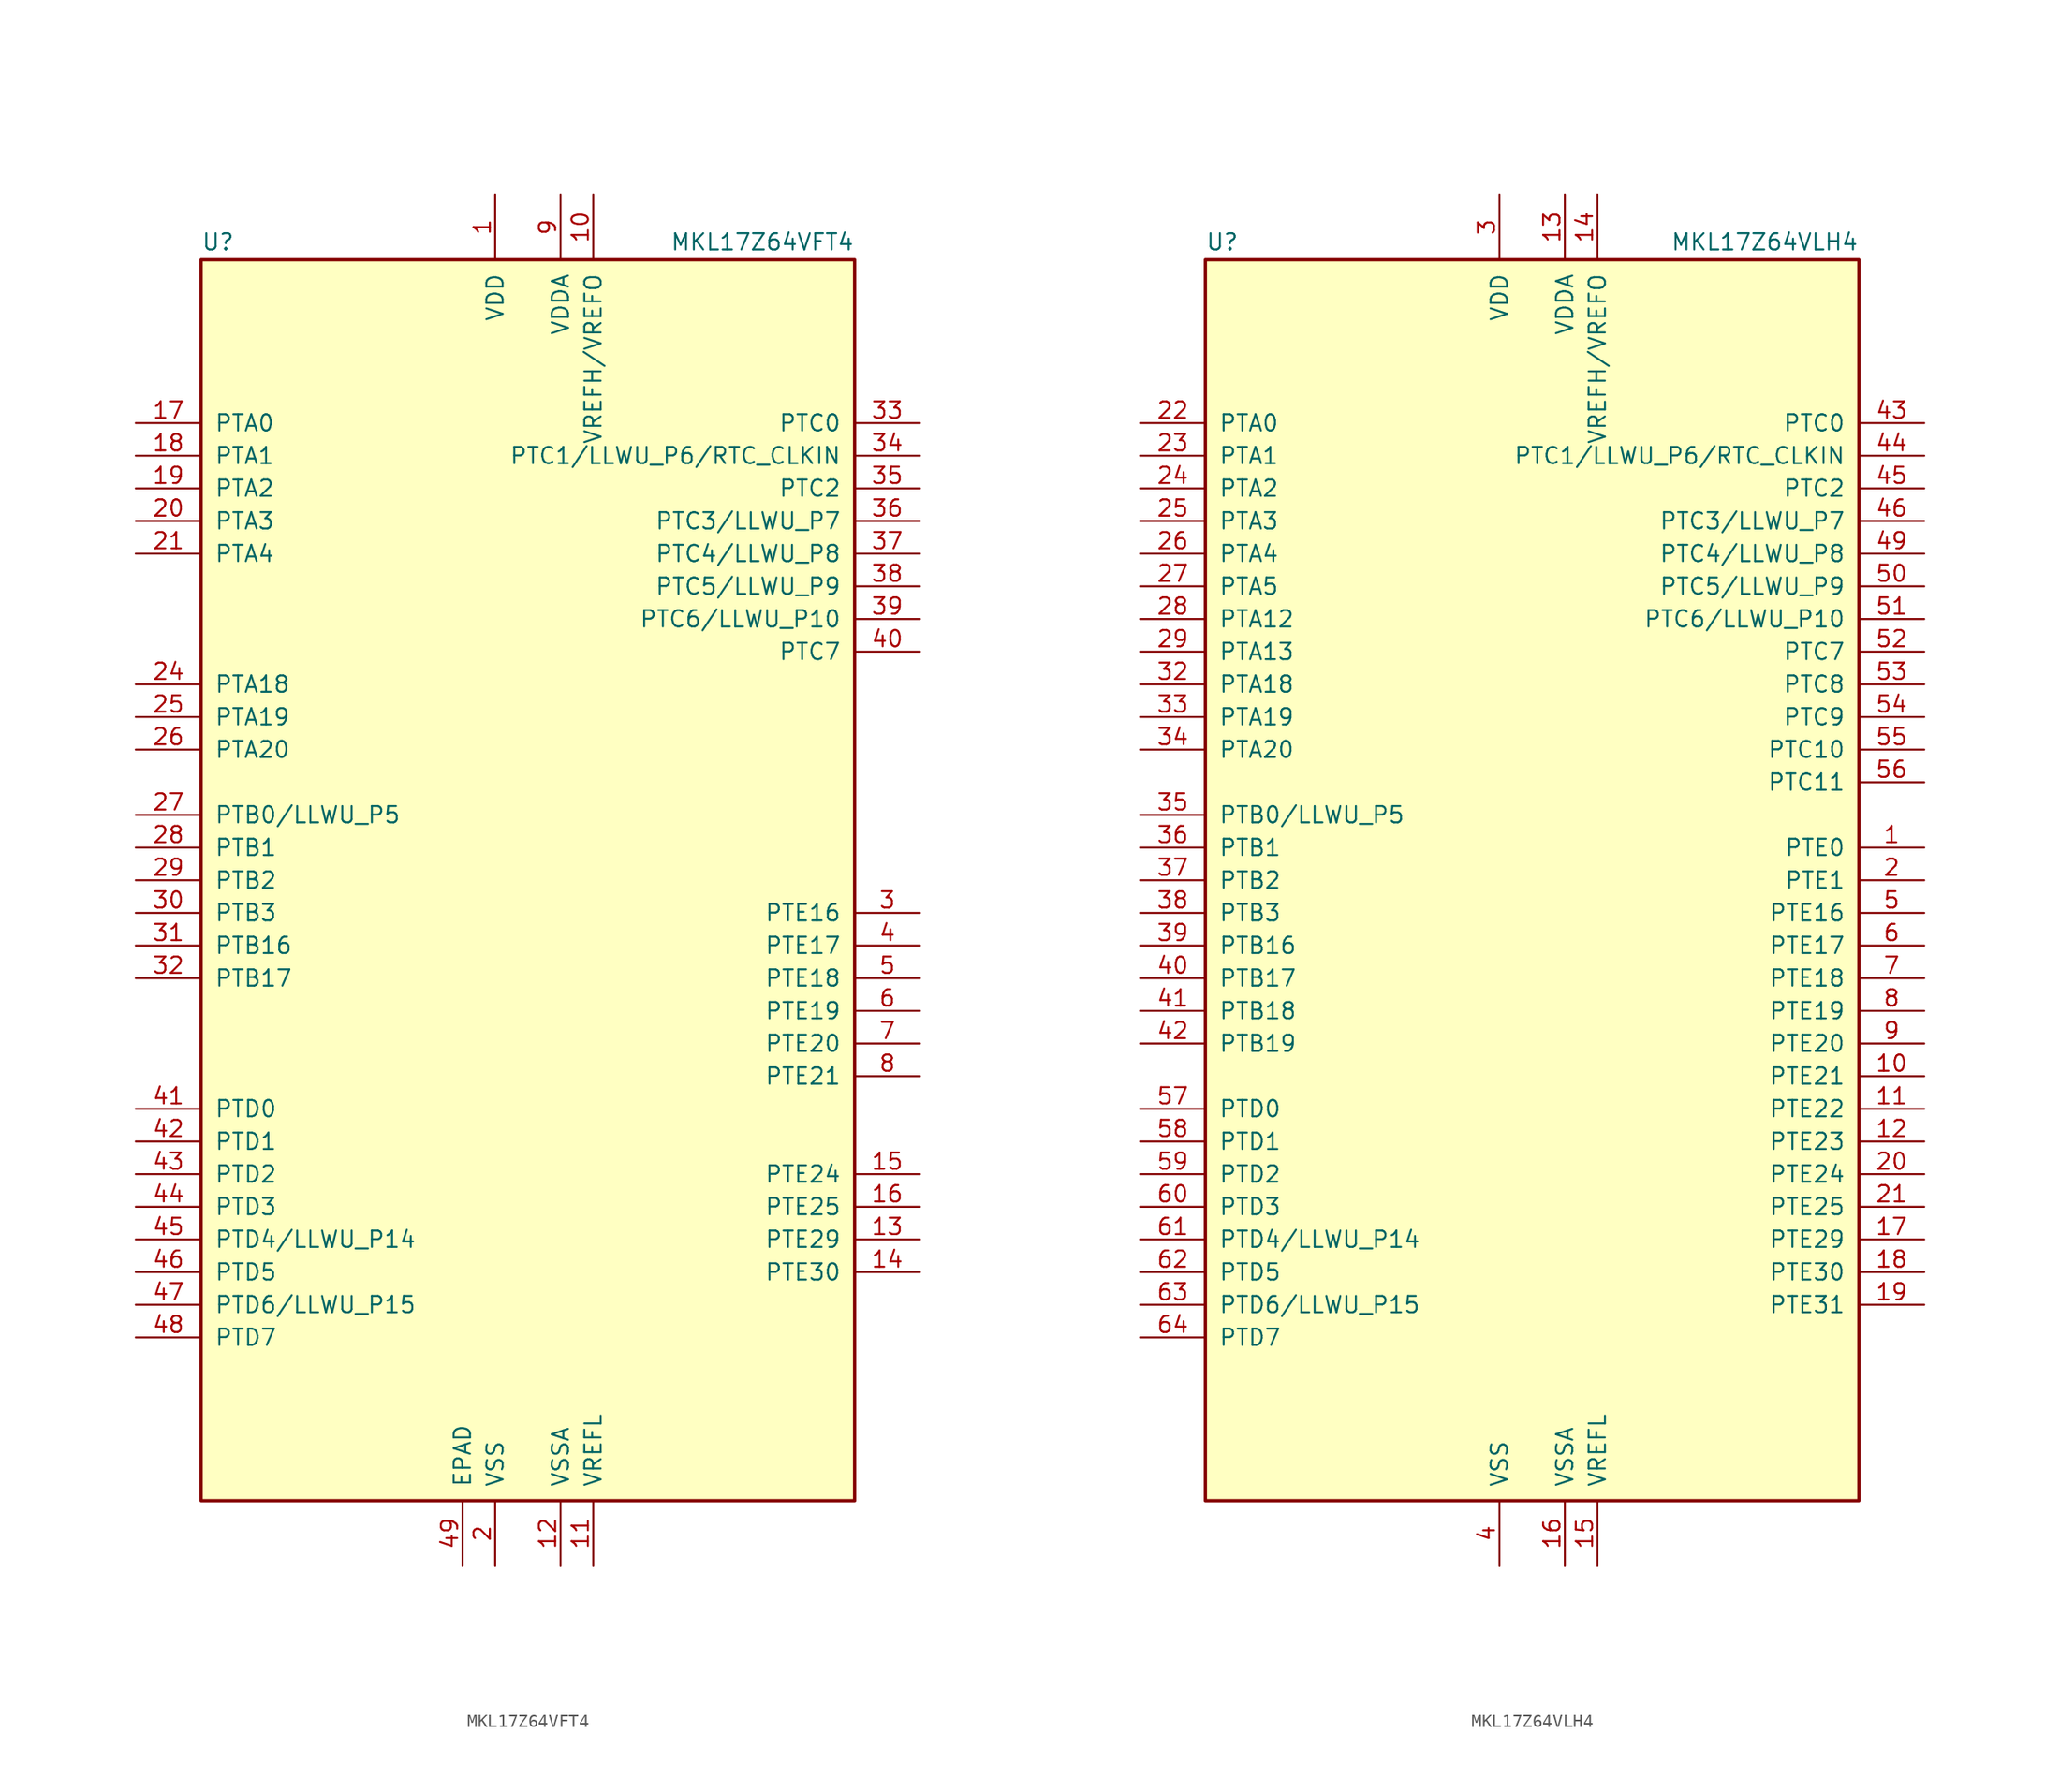
<source format=kicad_sym>
(kicad_symbol_lib
  (version 20241209)
  (generator "kicad_symbol_editor")
  (generator_version "9.0")
  (symbol "MKL17Z64VFT4"
    (pin_names
      (offset 1.016))
    (property "Reference" "U"
      (at -25.4 48.895 0)
      (effects (font (size 1.27 1.27)) (justify left bottom)))
    (property "Value" "MKL17Z64VFT4"
      (at 25.4 48.895 0)
      (effects (font (size 1.27 1.27)) (justify right bottom)))
    (symbol "MKL17Z64VFT4_0_1"
      (rectangle (start -25.4 48.26) (end 25.4 -48.26) (stroke (width 0.254) (type default)) (fill (type background))))
    (symbol "MKL17Z64VFT4_1_1"
      (pin bidirectional line (at -30.48 35.56 0) (length 5.08) (name "PTA0" (effects (font (size 1.27 1.27)))) (number "17" (effects (font (size 1.27 1.27)))))
      (pin bidirectional line (at -30.48 33.02 0) (length 5.08) (name "PTA1" (effects (font (size 1.27 1.27)))) (number "18" (effects (font (size 1.27 1.27)))))
      (pin bidirectional line (at -30.48 30.48 0) (length 5.08) (name "PTA2" (effects (font (size 1.27 1.27)))) (number "19" (effects (font (size 1.27 1.27)))))
      (pin bidirectional line (at -30.48 27.94 0) (length 5.08) (name "PTA3" (effects (font (size 1.27 1.27)))) (number "20" (effects (font (size 1.27 1.27)))))
      (pin bidirectional line (at -30.48 25.4 0) (length 5.08) (name "PTA4" (effects (font (size 1.27 1.27)))) (number "21" (effects (font (size 1.27 1.27)))))
      (pin bidirectional line (at -30.48 15.24 0) (length 5.08) (name "PTA18" (effects (font (size 1.27 1.27)))) (number "24" (effects (font (size 1.27 1.27)))))
      (pin bidirectional line (at -30.48 12.7 0) (length 5.08) (name "PTA19" (effects (font (size 1.27 1.27)))) (number "25" (effects (font (size 1.27 1.27)))))
      (pin bidirectional line (at -30.48 10.16 0) (length 5.08) (name "PTA20" (effects (font (size 1.27 1.27)))) (number "26" (effects (font (size 1.27 1.27)))))
      (pin bidirectional line (at -30.48 5.08 0) (length 5.08) (name "PTB0/LLWU_P5" (effects (font (size 1.27 1.27)))) (number "27" (effects (font (size 1.27 1.27)))))
      (pin bidirectional line (at -30.48 2.54 0) (length 5.08) (name "PTB1" (effects (font (size 1.27 1.27)))) (number "28" (effects (font (size 1.27 1.27)))))
      (pin bidirectional line (at -30.48 0 0) (length 5.08) (name "PTB2" (effects (font (size 1.27 1.27)))) (number "29" (effects (font (size 1.27 1.27)))))
      (pin bidirectional line (at -30.48 -2.54 0) (length 5.08) (name "PTB3" (effects (font (size 1.27 1.27)))) (number "30" (effects (font (size 1.27 1.27)))))
      (pin bidirectional line (at -30.48 -5.08 0) (length 5.08) (name "PTB16" (effects (font (size 1.27 1.27)))) (number "31" (effects (font (size 1.27 1.27)))))
      (pin bidirectional line (at -30.48 -7.62 0) (length 5.08) (name "PTB17" (effects (font (size 1.27 1.27)))) (number "32" (effects (font (size 1.27 1.27)))))
      (pin bidirectional line (at -30.48 -17.78 0) (length 5.08) (name "PTD0" (effects (font (size 1.27 1.27)))) (number "41" (effects (font (size 1.27 1.27)))))
      (pin bidirectional line (at -30.48 -20.32 0) (length 5.08) (name "PTD1" (effects (font (size 1.27 1.27)))) (number "42" (effects (font (size 1.27 1.27)))))
      (pin bidirectional line (at -30.48 -22.86 0) (length 5.08) (name "PTD2" (effects (font (size 1.27 1.27)))) (number "43" (effects (font (size 1.27 1.27)))))
      (pin bidirectional line (at -30.48 -25.4 0) (length 5.08) (name "PTD3" (effects (font (size 1.27 1.27)))) (number "44" (effects (font (size 1.27 1.27)))))
      (pin bidirectional line (at -30.48 -27.94 0) (length 5.08) (name "PTD4/LLWU_P14" (effects (font (size 1.27 1.27)))) (number "45" (effects (font (size 1.27 1.27)))))
      (pin bidirectional line (at -30.48 -30.48 0) (length 5.08) (name "PTD5" (effects (font (size 1.27 1.27)))) (number "46" (effects (font (size 1.27 1.27)))))
      (pin bidirectional line (at -30.48 -33.02 0) (length 5.08) (name "PTD6/LLWU_P15" (effects (font (size 1.27 1.27)))) (number "47" (effects (font (size 1.27 1.27)))))
      (pin bidirectional line (at -30.48 -35.56 0) (length 5.08) (name "PTD7" (effects (font (size 1.27 1.27)))) (number "48" (effects (font (size 1.27 1.27)))))
      (pin power_in line (at -5.08 -53.34 90) (length 5.08) (name "EPAD" (effects (font (size 1.27 1.27)))) (number "49" (effects (font (size 1.27 1.27)))))
      (pin power_in line (at -2.54 53.34 270) (length 5.08) (name "VDD" (effects (font (size 1.27 1.27)))) (number "1" (effects (font (size 1.27 1.27)))))
      (pin passive line (at -2.54 53.34 270) (length 5.08) (hide yes) (name "VDD" (effects (font (size 1.27 1.27)))) (number "22" (effects (font (size 1.27 1.27)))))
      (pin power_in line (at -2.54 -53.34 90) (length 5.08) (name "VSS" (effects (font (size 1.27 1.27)))) (number "2" (effects (font (size 1.27 1.27)))))
      (pin passive line (at -2.54 -53.34 90) (length 5.08) (hide yes) (name "VSS" (effects (font (size 1.27 1.27)))) (number "23" (effects (font (size 1.27 1.27)))))
      (pin power_in line (at 2.54 53.34 270) (length 5.08) (name "VDDA" (effects (font (size 1.27 1.27)))) (number "9" (effects (font (size 1.27 1.27)))))
      (pin power_in line (at 2.54 -53.34 90) (length 5.08) (name "VSSA" (effects (font (size 1.27 1.27)))) (number "12" (effects (font (size 1.27 1.27)))))
      (pin power_in line (at 5.08 53.34 270) (length 5.08) (name "VREFH/VREFO" (effects (font (size 1.27 1.27)))) (number "10" (effects (font (size 1.27 1.27)))))
      (pin power_in line (at 5.08 -53.34 90) (length 5.08) (name "VREFL" (effects (font (size 1.27 1.27)))) (number "11" (effects (font (size 1.27 1.27)))))
      (pin bidirectional line (at 30.48 35.56 180) (length 5.08) (name "PTC0" (effects (font (size 1.27 1.27)))) (number "33" (effects (font (size 1.27 1.27)))))
      (pin bidirectional line (at 30.48 33.02 180) (length 5.08) (name "PTC1/LLWU_P6/RTC_CLKIN" (effects (font (size 1.27 1.27)))) (number "34" (effects (font (size 1.27 1.27)))))
      (pin bidirectional line (at 30.48 30.48 180) (length 5.08) (name "PTC2" (effects (font (size 1.27 1.27)))) (number "35" (effects (font (size 1.27 1.27)))))
      (pin bidirectional line (at 30.48 27.94 180) (length 5.08) (name "PTC3/LLWU_P7" (effects (font (size 1.27 1.27)))) (number "36" (effects (font (size 1.27 1.27)))))
      (pin bidirectional line (at 30.48 25.4 180) (length 5.08) (name "PTC4/LLWU_P8" (effects (font (size 1.27 1.27)))) (number "37" (effects (font (size 1.27 1.27)))))
      (pin bidirectional line (at 30.48 22.86 180) (length 5.08) (name "PTC5/LLWU_P9" (effects (font (size 1.27 1.27)))) (number "38" (effects (font (size 1.27 1.27)))))
      (pin bidirectional line (at 30.48 20.32 180) (length 5.08) (name "PTC6/LLWU_P10" (effects (font (size 1.27 1.27)))) (number "39" (effects (font (size 1.27 1.27)))))
      (pin bidirectional line (at 30.48 17.78 180) (length 5.08) (name "PTC7" (effects (font (size 1.27 1.27)))) (number "40" (effects (font (size 1.27 1.27)))))
      (pin bidirectional line (at 30.48 -2.54 180) (length 5.08) (name "PTE16" (effects (font (size 1.27 1.27)))) (number "3" (effects (font (size 1.27 1.27)))))
      (pin bidirectional line (at 30.48 -5.08 180) (length 5.08) (name "PTE17" (effects (font (size 1.27 1.27)))) (number "4" (effects (font (size 1.27 1.27)))))
      (pin bidirectional line (at 30.48 -7.62 180) (length 5.08) (name "PTE18" (effects (font (size 1.27 1.27)))) (number "5" (effects (font (size 1.27 1.27)))))
      (pin bidirectional line (at 30.48 -10.16 180) (length 5.08) (name "PTE19" (effects (font (size 1.27 1.27)))) (number "6" (effects (font (size 1.27 1.27)))))
      (pin bidirectional line (at 30.48 -12.7 180) (length 5.08) (name "PTE20" (effects (font (size 1.27 1.27)))) (number "7" (effects (font (size 1.27 1.27)))))
      (pin bidirectional line (at 30.48 -15.24 180) (length 5.08) (name "PTE21" (effects (font (size 1.27 1.27)))) (number "8" (effects (font (size 1.27 1.27)))))
      (pin bidirectional line (at 30.48 -22.86 180) (length 5.08) (name "PTE24" (effects (font (size 1.27 1.27)))) (number "15" (effects (font (size 1.27 1.27)))))
      (pin bidirectional line (at 30.48 -25.4 180) (length 5.08) (name "PTE25" (effects (font (size 1.27 1.27)))) (number "16" (effects (font (size 1.27 1.27)))))
      (pin bidirectional line (at 30.48 -27.94 180) (length 5.08) (name "PTE29" (effects (font (size 1.27 1.27)))) (number "13" (effects (font (size 1.27 1.27)))))
      (pin bidirectional line (at 30.48 -30.48 180) (length 5.08) (name "PTE30" (effects (font (size 1.27 1.27)))) (number "14" (effects (font (size 1.27 1.27)))))))
  (symbol "MKL17Z64VLH4"
    (pin_names
      (offset 1.016))
    (property "Reference" "U"
      (at -25.4 48.895 0)
      (effects (font (size 1.27 1.27)) (justify left bottom)))
    (property "Value" "MKL17Z64VLH4"
      (at 25.4 48.895 0)
      (effects (font (size 1.27 1.27)) (justify right bottom)))
    (symbol "MKL17Z64VLH4_0_1"
      (rectangle (start -25.4 48.26) (end 25.4 -48.26) (stroke (width 0.254) (type default)) (fill (type background))))
    (symbol "MKL17Z64VLH4_1_1"
      (pin bidirectional line (at -30.48 35.56 0) (length 5.08) (name "PTA0" (effects (font (size 1.27 1.27)))) (number "22" (effects (font (size 1.27 1.27)))))
      (pin bidirectional line (at -30.48 33.02 0) (length 5.08) (name "PTA1" (effects (font (size 1.27 1.27)))) (number "23" (effects (font (size 1.27 1.27)))))
      (pin bidirectional line (at -30.48 30.48 0) (length 5.08) (name "PTA2" (effects (font (size 1.27 1.27)))) (number "24" (effects (font (size 1.27 1.27)))))
      (pin bidirectional line (at -30.48 27.94 0) (length 5.08) (name "PTA3" (effects (font (size 1.27 1.27)))) (number "25" (effects (font (size 1.27 1.27)))))
      (pin bidirectional line (at -30.48 25.4 0) (length 5.08) (name "PTA4" (effects (font (size 1.27 1.27)))) (number "26" (effects (font (size 1.27 1.27)))))
      (pin bidirectional line (at -30.48 22.86 0) (length 5.08) (name "PTA5" (effects (font (size 1.27 1.27)))) (number "27" (effects (font (size 1.27 1.27)))))
      (pin bidirectional line (at -30.48 20.32 0) (length 5.08) (name "PTA12" (effects (font (size 1.27 1.27)))) (number "28" (effects (font (size 1.27 1.27)))))
      (pin bidirectional line (at -30.48 17.78 0) (length 5.08) (name "PTA13" (effects (font (size 1.27 1.27)))) (number "29" (effects (font (size 1.27 1.27)))))
      (pin bidirectional line (at -30.48 15.24 0) (length 5.08) (name "PTA18" (effects (font (size 1.27 1.27)))) (number "32" (effects (font (size 1.27 1.27)))))
      (pin bidirectional line (at -30.48 12.7 0) (length 5.08) (name "PTA19" (effects (font (size 1.27 1.27)))) (number "33" (effects (font (size 1.27 1.27)))))
      (pin bidirectional line (at -30.48 10.16 0) (length 5.08) (name "PTA20" (effects (font (size 1.27 1.27)))) (number "34" (effects (font (size 1.27 1.27)))))
      (pin bidirectional line (at -30.48 5.08 0) (length 5.08) (name "PTB0/LLWU_P5" (effects (font (size 1.27 1.27)))) (number "35" (effects (font (size 1.27 1.27)))))
      (pin bidirectional line (at -30.48 2.54 0) (length 5.08) (name "PTB1" (effects (font (size 1.27 1.27)))) (number "36" (effects (font (size 1.27 1.27)))))
      (pin bidirectional line (at -30.48 0 0) (length 5.08) (name "PTB2" (effects (font (size 1.27 1.27)))) (number "37" (effects (font (size 1.27 1.27)))))
      (pin bidirectional line (at -30.48 -2.54 0) (length 5.08) (name "PTB3" (effects (font (size 1.27 1.27)))) (number "38" (effects (font (size 1.27 1.27)))))
      (pin bidirectional line (at -30.48 -5.08 0) (length 5.08) (name "PTB16" (effects (font (size 1.27 1.27)))) (number "39" (effects (font (size 1.27 1.27)))))
      (pin bidirectional line (at -30.48 -7.62 0) (length 5.08) (name "PTB17" (effects (font (size 1.27 1.27)))) (number "40" (effects (font (size 1.27 1.27)))))
      (pin bidirectional line (at -30.48 -10.16 0) (length 5.08) (name "PTB18" (effects (font (size 1.27 1.27)))) (number "41" (effects (font (size 1.27 1.27)))))
      (pin bidirectional line (at -30.48 -12.7 0) (length 5.08) (name "PTB19" (effects (font (size 1.27 1.27)))) (number "42" (effects (font (size 1.27 1.27)))))
      (pin bidirectional line (at -30.48 -17.78 0) (length 5.08) (name "PTD0" (effects (font (size 1.27 1.27)))) (number "57" (effects (font (size 1.27 1.27)))))
      (pin bidirectional line (at -30.48 -20.32 0) (length 5.08) (name "PTD1" (effects (font (size 1.27 1.27)))) (number "58" (effects (font (size 1.27 1.27)))))
      (pin bidirectional line (at -30.48 -22.86 0) (length 5.08) (name "PTD2" (effects (font (size 1.27 1.27)))) (number "59" (effects (font (size 1.27 1.27)))))
      (pin bidirectional line (at -30.48 -25.4 0) (length 5.08) (name "PTD3" (effects (font (size 1.27 1.27)))) (number "60" (effects (font (size 1.27 1.27)))))
      (pin bidirectional line (at -30.48 -27.94 0) (length 5.08) (name "PTD4/LLWU_P14" (effects (font (size 1.27 1.27)))) (number "61" (effects (font (size 1.27 1.27)))))
      (pin bidirectional line (at -30.48 -30.48 0) (length 5.08) (name "PTD5" (effects (font (size 1.27 1.27)))) (number "62" (effects (font (size 1.27 1.27)))))
      (pin bidirectional line (at -30.48 -33.02 0) (length 5.08) (name "PTD6/LLWU_P15" (effects (font (size 1.27 1.27)))) (number "63" (effects (font (size 1.27 1.27)))))
      (pin bidirectional line (at -30.48 -35.56 0) (length 5.08) (name "PTD7" (effects (font (size 1.27 1.27)))) (number "64" (effects (font (size 1.27 1.27)))))
      (pin power_in line (at -2.54 53.34 270) (length 5.08) (name "VDD" (effects (font (size 1.27 1.27)))) (number "3" (effects (font (size 1.27 1.27)))))
      (pin passive line (at -2.54 53.34 270) (length 5.08) (hide yes) (name "VDD" (effects (font (size 1.27 1.27)))) (number "30" (effects (font (size 1.27 1.27)))))
      (pin passive line (at -2.54 53.34 270) (length 5.08) (hide yes) (name "VDD" (effects (font (size 1.27 1.27)))) (number "48" (effects (font (size 1.27 1.27)))))
      (pin passive line (at -2.54 -53.34 90) (length 5.08) (hide yes) (name "VSS" (effects (font (size 1.27 1.27)))) (number "31" (effects (font (size 1.27 1.27)))))
      (pin power_in line (at -2.54 -53.34 90) (length 5.08) (name "VSS" (effects (font (size 1.27 1.27)))) (number "4" (effects (font (size 1.27 1.27)))))
      (pin passive line (at -2.54 -53.34 90) (length 5.08) (hide yes) (name "VSS" (effects (font (size 1.27 1.27)))) (number "47" (effects (font (size 1.27 1.27)))))
      (pin power_in line (at 2.54 53.34 270) (length 5.08) (name "VDDA" (effects (font (size 1.27 1.27)))) (number "13" (effects (font (size 1.27 1.27)))))
      (pin power_in line (at 2.54 -53.34 90) (length 5.08) (name "VSSA" (effects (font (size 1.27 1.27)))) (number "16" (effects (font (size 1.27 1.27)))))
      (pin power_in line (at 5.08 53.34 270) (length 5.08) (name "VREFH/VREFO" (effects (font (size 1.27 1.27)))) (number "14" (effects (font (size 1.27 1.27)))))
      (pin power_in line (at 5.08 -53.34 90) (length 5.08) (name "VREFL" (effects (font (size 1.27 1.27)))) (number "15" (effects (font (size 1.27 1.27)))))
      (pin bidirectional line (at 30.48 35.56 180) (length 5.08) (name "PTC0" (effects (font (size 1.27 1.27)))) (number "43" (effects (font (size 1.27 1.27)))))
      (pin bidirectional line (at 30.48 33.02 180) (length 5.08) (name "PTC1/LLWU_P6/RTC_CLKIN" (effects (font (size 1.27 1.27)))) (number "44" (effects (font (size 1.27 1.27)))))
      (pin bidirectional line (at 30.48 30.48 180) (length 5.08) (name "PTC2" (effects (font (size 1.27 1.27)))) (number "45" (effects (font (size 1.27 1.27)))))
      (pin bidirectional line (at 30.48 27.94 180) (length 5.08) (name "PTC3/LLWU_P7" (effects (font (size 1.27 1.27)))) (number "46" (effects (font (size 1.27 1.27)))))
      (pin bidirectional line (at 30.48 25.4 180) (length 5.08) (name "PTC4/LLWU_P8" (effects (font (size 1.27 1.27)))) (number "49" (effects (font (size 1.27 1.27)))))
      (pin bidirectional line (at 30.48 22.86 180) (length 5.08) (name "PTC5/LLWU_P9" (effects (font (size 1.27 1.27)))) (number "50" (effects (font (size 1.27 1.27)))))
      (pin bidirectional line (at 30.48 20.32 180) (length 5.08) (name "PTC6/LLWU_P10" (effects (font (size 1.27 1.27)))) (number "51" (effects (font (size 1.27 1.27)))))
      (pin bidirectional line (at 30.48 17.78 180) (length 5.08) (name "PTC7" (effects (font (size 1.27 1.27)))) (number "52" (effects (font (size 1.27 1.27)))))
      (pin bidirectional line (at 30.48 15.24 180) (length 5.08) (name "PTC8" (effects (font (size 1.27 1.27)))) (number "53" (effects (font (size 1.27 1.27)))))
      (pin bidirectional line (at 30.48 12.7 180) (length 5.08) (name "PTC9" (effects (font (size 1.27 1.27)))) (number "54" (effects (font (size 1.27 1.27)))))
      (pin bidirectional line (at 30.48 10.16 180) (length 5.08) (name "PTC10" (effects (font (size 1.27 1.27)))) (number "55" (effects (font (size 1.27 1.27)))))
      (pin bidirectional line (at 30.48 7.62 180) (length 5.08) (name "PTC11" (effects (font (size 1.27 1.27)))) (number "56" (effects (font (size 1.27 1.27)))))
      (pin bidirectional line (at 30.48 2.54 180) (length 5.08) (name "PTE0" (effects (font (size 1.27 1.27)))) (number "1" (effects (font (size 1.27 1.27)))))
      (pin bidirectional line (at 30.48 0 180) (length 5.08) (name "PTE1" (effects (font (size 1.27 1.27)))) (number "2" (effects (font (size 1.27 1.27)))))
      (pin bidirectional line (at 30.48 -2.54 180) (length 5.08) (name "PTE16" (effects (font (size 1.27 1.27)))) (number "5" (effects (font (size 1.27 1.27)))))
      (pin bidirectional line (at 30.48 -5.08 180) (length 5.08) (name "PTE17" (effects (font (size 1.27 1.27)))) (number "6" (effects (font (size 1.27 1.27)))))
      (pin bidirectional line (at 30.48 -7.62 180) (length 5.08) (name "PTE18" (effects (font (size 1.27 1.27)))) (number "7" (effects (font (size 1.27 1.27)))))
      (pin bidirectional line (at 30.48 -10.16 180) (length 5.08) (name "PTE19" (effects (font (size 1.27 1.27)))) (number "8" (effects (font (size 1.27 1.27)))))
      (pin bidirectional line (at 30.48 -12.7 180) (length 5.08) (name "PTE20" (effects (font (size 1.27 1.27)))) (number "9" (effects (font (size 1.27 1.27)))))
      (pin bidirectional line (at 30.48 -15.24 180) (length 5.08) (name "PTE21" (effects (font (size 1.27 1.27)))) (number "10" (effects (font (size 1.27 1.27)))))
      (pin bidirectional line (at 30.48 -17.78 180) (length 5.08) (name "PTE22" (effects (font (size 1.27 1.27)))) (number "11" (effects (font (size 1.27 1.27)))))
      (pin bidirectional line (at 30.48 -20.32 180) (length 5.08) (name "PTE23" (effects (font (size 1.27 1.27)))) (number "12" (effects (font (size 1.27 1.27)))))
      (pin bidirectional line (at 30.48 -22.86 180) (length 5.08) (name "PTE24" (effects (font (size 1.27 1.27)))) (number "20" (effects (font (size 1.27 1.27)))))
      (pin bidirectional line (at 30.48 -25.4 180) (length 5.08) (name "PTE25" (effects (font (size 1.27 1.27)))) (number "21" (effects (font (size 1.27 1.27)))))
      (pin bidirectional line (at 30.48 -27.94 180) (length 5.08) (name "PTE29" (effects (font (size 1.27 1.27)))) (number "17" (effects (font (size 1.27 1.27)))))
      (pin bidirectional line (at 30.48 -30.48 180) (length 5.08) (name "PTE30" (effects (font (size 1.27 1.27)))) (number "18" (effects (font (size 1.27 1.27)))))
      (pin bidirectional line (at 30.48 -33.02 180) (length 5.08) (name "PTE31" (effects (font (size 1.27 1.27)))) (number "19" (effects (font (size 1.27 1.27))))))))
</source>
